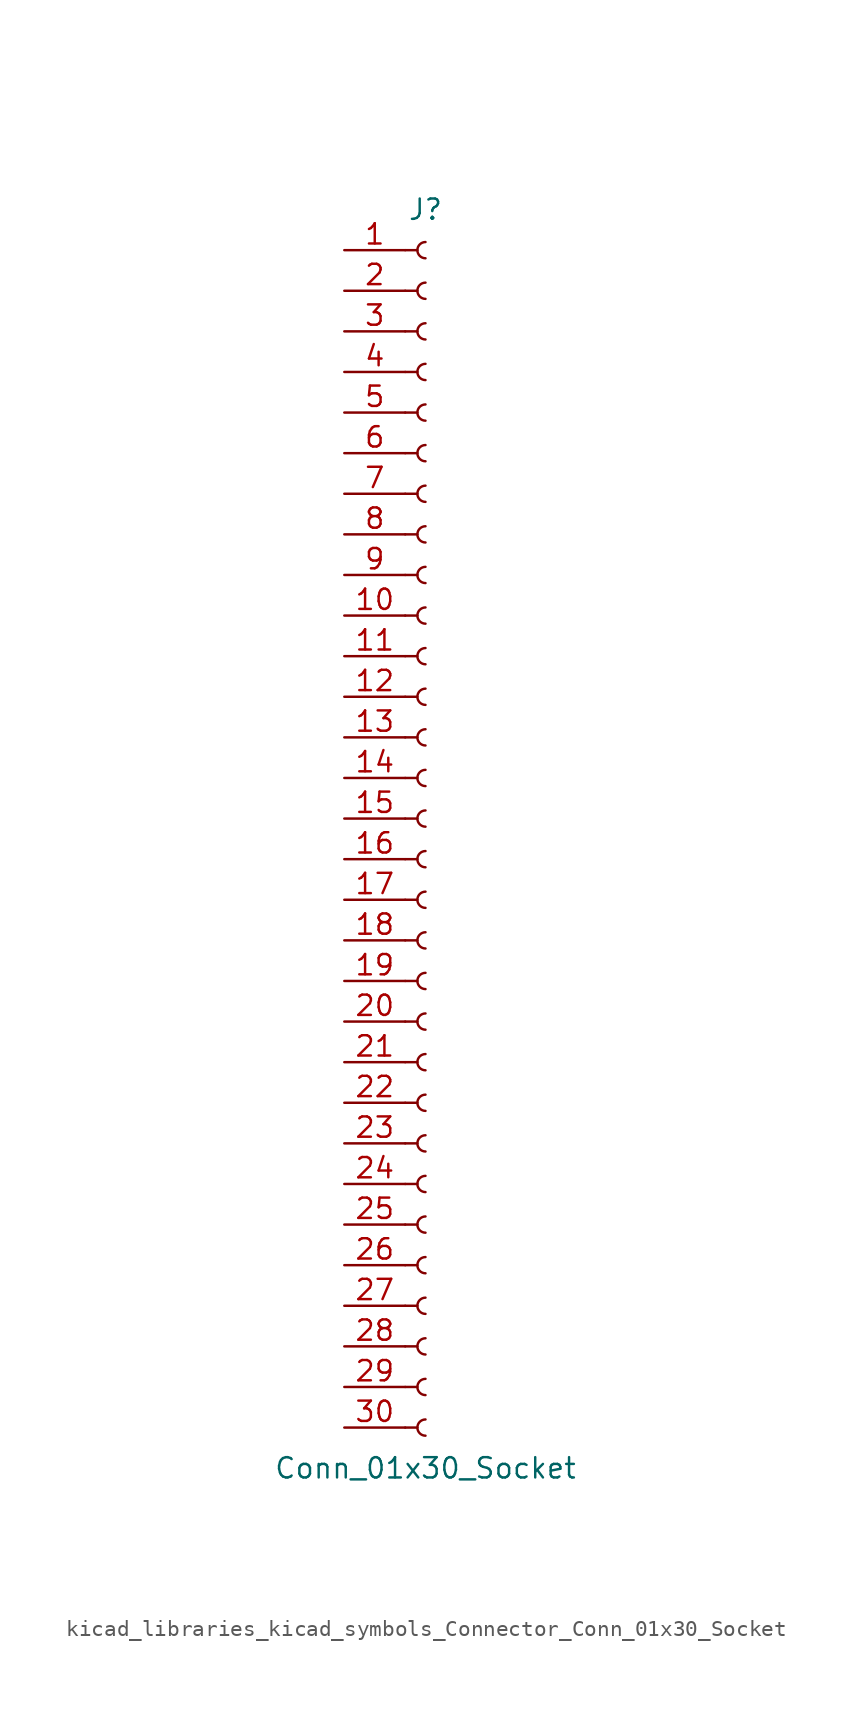
<source format=kicad_sym>
(kicad_symbol_lib
  (version 20220914)
  (generator kicad_symbol_editor)
  (symbol "kicad_libraries_kicad_symbols_Connector_Conn_01x30_Socket"
    (pin_names
      (offset 1.016) hide)
    (property "Reference" "J"
      (at 0 38.1 0)
      (effects (font (size 1.27 1.27))))
    (property "Value" "Conn_01x30_Socket"
      (at 0 -40.64 0)
      (effects (font (size 1.27 1.27))))
    (property "ki_locked" ""
      (at 0 0 0)
      (effects (font (size 1.27 1.27))))
    (symbol "kicad_libraries_kicad_symbols_Connector_Conn_01x30_Socket_1_1"
      (arc (start 0 -37.592) (mid -0.5058 -38.1) (end 0 -38.608) (stroke (width 0.1524) (type default)) (fill (type none)))
      (arc (start 0 -35.052) (mid -0.5058 -35.56) (end 0 -36.068) (stroke (width 0.1524) (type default)) (fill (type none)))
      (arc (start 0 -32.512) (mid -0.5058 -33.02) (end 0 -33.528) (stroke (width 0.1524) (type default)) (fill (type none)))
      (arc (start 0 -29.972) (mid -0.5058 -30.48) (end 0 -30.988) (stroke (width 0.1524) (type default)) (fill (type none)))
      (arc (start 0 -27.432) (mid -0.5058 -27.94) (end 0 -28.448) (stroke (width 0.1524) (type default)) (fill (type none)))
      (arc (start 0 -24.892) (mid -0.5058 -25.4) (end 0 -25.908) (stroke (width 0.1524) (type default)) (fill (type none)))
      (arc (start 0 -22.352) (mid -0.5058 -22.86) (end 0 -23.368) (stroke (width 0.1524) (type default)) (fill (type none)))
      (arc (start 0 -19.812) (mid -0.5058 -20.32) (end 0 -20.828) (stroke (width 0.1524) (type default)) (fill (type none)))
      (arc (start 0 -17.272) (mid -0.5058 -17.78) (end 0 -18.288) (stroke (width 0.1524) (type default)) (fill (type none)))
      (arc (start 0 -14.732) (mid -0.5058 -15.24) (end 0 -15.748) (stroke (width 0.1524) (type default)) (fill (type none)))
      (arc (start 0 -12.192) (mid -0.5058 -12.7) (end 0 -13.208) (stroke (width 0.1524) (type default)) (fill (type none)))
      (arc (start 0 -9.652) (mid -0.5058 -10.16) (end 0 -10.668) (stroke (width 0.1524) (type default)) (fill (type none)))
      (arc (start 0 -7.112) (mid -0.5058 -7.62) (end 0 -8.128) (stroke (width 0.1524) (type default)) (fill (type none)))
      (arc (start 0 -4.572) (mid -0.5058 -5.08) (end 0 -5.588) (stroke (width 0.1524) (type default)) (fill (type none)))
      (arc (start 0 -2.032) (mid -0.5058 -2.54) (end 0 -3.048) (stroke (width 0.1524) (type default)) (fill (type none)))
      (polyline (pts (xy -1.27 -38.1) (xy -0.508 -38.1)) (stroke (width 0.152) (type default)) (fill (type none)))
      (polyline (pts (xy -1.27 -35.56) (xy -0.508 -35.56)) (stroke (width 0.152) (type default)) (fill (type none)))
      (polyline (pts (xy -1.27 -33.02) (xy -0.508 -33.02)) (stroke (width 0.152) (type default)) (fill (type none)))
      (polyline (pts (xy -1.27 -30.48) (xy -0.508 -30.48)) (stroke (width 0.152) (type default)) (fill (type none)))
      (polyline (pts (xy -1.27 -27.94) (xy -0.508 -27.94)) (stroke (width 0.152) (type default)) (fill (type none)))
      (polyline (pts (xy -1.27 -25.4) (xy -0.508 -25.4)) (stroke (width 0.152) (type default)) (fill (type none)))
      (polyline (pts (xy -1.27 -22.86) (xy -0.508 -22.86)) (stroke (width 0.152) (type default)) (fill (type none)))
      (polyline (pts (xy -1.27 -20.32) (xy -0.508 -20.32)) (stroke (width 0.152) (type default)) (fill (type none)))
      (polyline (pts (xy -1.27 -17.78) (xy -0.508 -17.78)) (stroke (width 0.152) (type default)) (fill (type none)))
      (polyline (pts (xy -1.27 -15.24) (xy -0.508 -15.24)) (stroke (width 0.152) (type default)) (fill (type none)))
      (polyline (pts (xy -1.27 -12.7) (xy -0.508 -12.7)) (stroke (width 0.152) (type default)) (fill (type none)))
      (polyline (pts (xy -1.27 -10.16) (xy -0.508 -10.16)) (stroke (width 0.152) (type default)) (fill (type none)))
      (polyline (pts (xy -1.27 -7.62) (xy -0.508 -7.62)) (stroke (width 0.152) (type default)) (fill (type none)))
      (polyline (pts (xy -1.27 -5.08) (xy -0.508 -5.08)) (stroke (width 0.152) (type default)) (fill (type none)))
      (polyline (pts (xy -1.27 -2.54) (xy -0.508 -2.54)) (stroke (width 0.152) (type default)) (fill (type none)))
      (polyline (pts (xy -1.27 0) (xy -0.508 0)) (stroke (width 0.152) (type default)) (fill (type none)))
      (polyline (pts (xy -1.27 2.54) (xy -0.508 2.54)) (stroke (width 0.152) (type default)) (fill (type none)))
      (polyline (pts (xy -1.27 5.08) (xy -0.508 5.08)) (stroke (width 0.152) (type default)) (fill (type none)))
      (polyline (pts (xy -1.27 7.62) (xy -0.508 7.62)) (stroke (width 0.152) (type default)) (fill (type none)))
      (polyline (pts (xy -1.27 10.16) (xy -0.508 10.16)) (stroke (width 0.152) (type default)) (fill (type none)))
      (polyline (pts (xy -1.27 12.7) (xy -0.508 12.7)) (stroke (width 0.152) (type default)) (fill (type none)))
      (polyline (pts (xy -1.27 15.24) (xy -0.508 15.24)) (stroke (width 0.152) (type default)) (fill (type none)))
      (polyline (pts (xy -1.27 17.78) (xy -0.508 17.78)) (stroke (width 0.152) (type default)) (fill (type none)))
      (polyline (pts (xy -1.27 20.32) (xy -0.508 20.32)) (stroke (width 0.152) (type default)) (fill (type none)))
      (polyline (pts (xy -1.27 22.86) (xy -0.508 22.86)) (stroke (width 0.152) (type default)) (fill (type none)))
      (polyline (pts (xy -1.27 25.4) (xy -0.508 25.4)) (stroke (width 0.152) (type default)) (fill (type none)))
      (polyline (pts (xy -1.27 27.94) (xy -0.508 27.94)) (stroke (width 0.152) (type default)) (fill (type none)))
      (polyline (pts (xy -1.27 30.48) (xy -0.508 30.48)) (stroke (width 0.152) (type default)) (fill (type none)))
      (polyline (pts (xy -1.27 33.02) (xy -0.508 33.02)) (stroke (width 0.152) (type default)) (fill (type none)))
      (polyline (pts (xy -1.27 35.56) (xy -0.508 35.56)) (stroke (width 0.152) (type default)) (fill (type none)))
      (arc (start 0 0.508) (mid -0.5058 0) (end 0 -0.508) (stroke (width 0.1524) (type default)) (fill (type none)))
      (arc (start 0 3.048) (mid -0.5058 2.54) (end 0 2.032) (stroke (width 0.1524) (type default)) (fill (type none)))
      (arc (start 0 5.588) (mid -0.5058 5.08) (end 0 4.572) (stroke (width 0.1524) (type default)) (fill (type none)))
      (arc (start 0 8.128) (mid -0.5058 7.62) (end 0 7.112) (stroke (width 0.1524) (type default)) (fill (type none)))
      (arc (start 0 10.668) (mid -0.5058 10.16) (end 0 9.652) (stroke (width 0.1524) (type default)) (fill (type none)))
      (arc (start 0 13.208) (mid -0.5058 12.7) (end 0 12.192) (stroke (width 0.1524) (type default)) (fill (type none)))
      (arc (start 0 15.748) (mid -0.5058 15.24) (end 0 14.732) (stroke (width 0.1524) (type default)) (fill (type none)))
      (arc (start 0 18.288) (mid -0.5058 17.78) (end 0 17.272) (stroke (width 0.1524) (type default)) (fill (type none)))
      (arc (start 0 20.828) (mid -0.5058 20.32) (end 0 19.812) (stroke (width 0.1524) (type default)) (fill (type none)))
      (arc (start 0 23.368) (mid -0.5058 22.86) (end 0 22.352) (stroke (width 0.1524) (type default)) (fill (type none)))
      (arc (start 0 25.908) (mid -0.5058 25.4) (end 0 24.892) (stroke (width 0.1524) (type default)) (fill (type none)))
      (arc (start 0 28.448) (mid -0.5058 27.94) (end 0 27.432) (stroke (width 0.1524) (type default)) (fill (type none)))
      (arc (start 0 30.988) (mid -0.5058 30.48) (end 0 29.972) (stroke (width 0.1524) (type default)) (fill (type none)))
      (arc (start 0 33.528) (mid -0.5058 33.02) (end 0 32.512) (stroke (width 0.1524) (type default)) (fill (type none)))
      (arc (start 0 36.068) (mid -0.5058 35.56) (end 0 35.052) (stroke (width 0.1524) (type default)) (fill (type none)))
      (pin passive line (at -5.08 35.56 0) (length 3.81) (name "Pin_1" (effects (font (size 1.27 1.27)))) (number "1" (effects (font (size 1.27 1.27)))))
      (pin passive line (at -5.08 12.7 0) (length 3.81) (name "Pin_10" (effects (font (size 1.27 1.27)))) (number "10" (effects (font (size 1.27 1.27)))))
      (pin passive line (at -5.08 10.16 0) (length 3.81) (name "Pin_11" (effects (font (size 1.27 1.27)))) (number "11" (effects (font (size 1.27 1.27)))))
      (pin passive line (at -5.08 7.62 0) (length 3.81) (name "Pin_12" (effects (font (size 1.27 1.27)))) (number "12" (effects (font (size 1.27 1.27)))))
      (pin passive line (at -5.08 5.08 0) (length 3.81) (name "Pin_13" (effects (font (size 1.27 1.27)))) (number "13" (effects (font (size 1.27 1.27)))))
      (pin passive line (at -5.08 2.54 0) (length 3.81) (name "Pin_14" (effects (font (size 1.27 1.27)))) (number "14" (effects (font (size 1.27 1.27)))))
      (pin passive line (at -5.08 0 0) (length 3.81) (name "Pin_15" (effects (font (size 1.27 1.27)))) (number "15" (effects (font (size 1.27 1.27)))))
      (pin passive line (at -5.08 -2.54 0) (length 3.81) (name "Pin_16" (effects (font (size 1.27 1.27)))) (number "16" (effects (font (size 1.27 1.27)))))
      (pin passive line (at -5.08 -5.08 0) (length 3.81) (name "Pin_17" (effects (font (size 1.27 1.27)))) (number "17" (effects (font (size 1.27 1.27)))))
      (pin passive line (at -5.08 -7.62 0) (length 3.81) (name "Pin_18" (effects (font (size 1.27 1.27)))) (number "18" (effects (font (size 1.27 1.27)))))
      (pin passive line (at -5.08 -10.16 0) (length 3.81) (name "Pin_19" (effects (font (size 1.27 1.27)))) (number "19" (effects (font (size 1.27 1.27)))))
      (pin passive line (at -5.08 33.02 0) (length 3.81) (name "Pin_2" (effects (font (size 1.27 1.27)))) (number "2" (effects (font (size 1.27 1.27)))))
      (pin passive line (at -5.08 -12.7 0) (length 3.81) (name "Pin_20" (effects (font (size 1.27 1.27)))) (number "20" (effects (font (size 1.27 1.27)))))
      (pin passive line (at -5.08 -15.24 0) (length 3.81) (name "Pin_21" (effects (font (size 1.27 1.27)))) (number "21" (effects (font (size 1.27 1.27)))))
      (pin passive line (at -5.08 -17.78 0) (length 3.81) (name "Pin_22" (effects (font (size 1.27 1.27)))) (number "22" (effects (font (size 1.27 1.27)))))
      (pin passive line (at -5.08 -20.32 0) (length 3.81) (name "Pin_23" (effects (font (size 1.27 1.27)))) (number "23" (effects (font (size 1.27 1.27)))))
      (pin passive line (at -5.08 -22.86 0) (length 3.81) (name "Pin_24" (effects (font (size 1.27 1.27)))) (number "24" (effects (font (size 1.27 1.27)))))
      (pin passive line (at -5.08 -25.4 0) (length 3.81) (name "Pin_25" (effects (font (size 1.27 1.27)))) (number "25" (effects (font (size 1.27 1.27)))))
      (pin passive line (at -5.08 -27.94 0) (length 3.81) (name "Pin_26" (effects (font (size 1.27 1.27)))) (number "26" (effects (font (size 1.27 1.27)))))
      (pin passive line (at -5.08 -30.48 0) (length 3.81) (name "Pin_27" (effects (font (size 1.27 1.27)))) (number "27" (effects (font (size 1.27 1.27)))))
      (pin passive line (at -5.08 -33.02 0) (length 3.81) (name "Pin_28" (effects (font (size 1.27 1.27)))) (number "28" (effects (font (size 1.27 1.27)))))
      (pin passive line (at -5.08 -35.56 0) (length 3.81) (name "Pin_29" (effects (font (size 1.27 1.27)))) (number "29" (effects (font (size 1.27 1.27)))))
      (pin passive line (at -5.08 30.48 0) (length 3.81) (name "Pin_3" (effects (font (size 1.27 1.27)))) (number "3" (effects (font (size 1.27 1.27)))))
      (pin passive line (at -5.08 -38.1 0) (length 3.81) (name "Pin_30" (effects (font (size 1.27 1.27)))) (number "30" (effects (font (size 1.27 1.27)))))
      (pin passive line (at -5.08 27.94 0) (length 3.81) (name "Pin_4" (effects (font (size 1.27 1.27)))) (number "4" (effects (font (size 1.27 1.27)))))
      (pin passive line (at -5.08 25.4 0) (length 3.81) (name "Pin_5" (effects (font (size 1.27 1.27)))) (number "5" (effects (font (size 1.27 1.27)))))
      (pin passive line (at -5.08 22.86 0) (length 3.81) (name "Pin_6" (effects (font (size 1.27 1.27)))) (number "6" (effects (font (size 1.27 1.27)))))
      (pin passive line (at -5.08 20.32 0) (length 3.81) (name "Pin_7" (effects (font (size 1.27 1.27)))) (number "7" (effects (font (size 1.27 1.27)))))
      (pin passive line (at -5.08 17.78 0) (length 3.81) (name "Pin_8" (effects (font (size 1.27 1.27)))) (number "8" (effects (font (size 1.27 1.27)))))
      (pin passive line (at -5.08 15.24 0) (length 3.81) (name "Pin_9" (effects (font (size 1.27 1.27)))) (number "9" (effects (font (size 1.27 1.27))))))))
</source>
